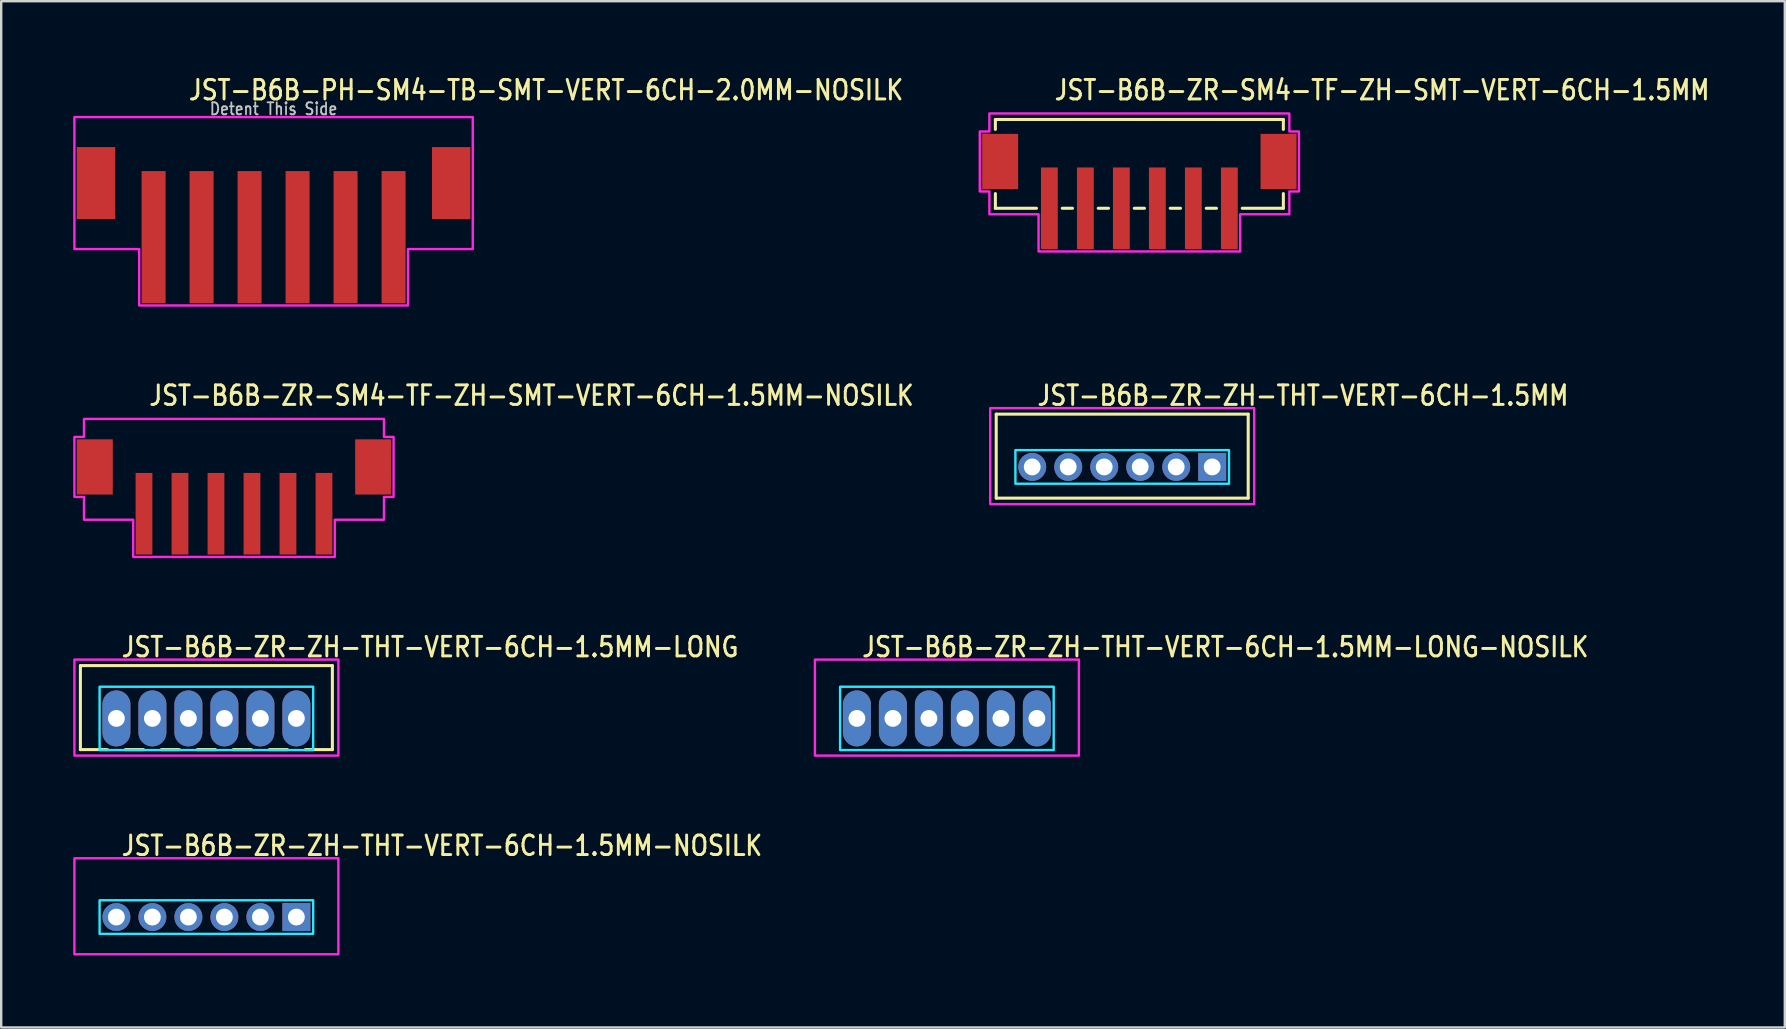
<source format=kicad_pcb>
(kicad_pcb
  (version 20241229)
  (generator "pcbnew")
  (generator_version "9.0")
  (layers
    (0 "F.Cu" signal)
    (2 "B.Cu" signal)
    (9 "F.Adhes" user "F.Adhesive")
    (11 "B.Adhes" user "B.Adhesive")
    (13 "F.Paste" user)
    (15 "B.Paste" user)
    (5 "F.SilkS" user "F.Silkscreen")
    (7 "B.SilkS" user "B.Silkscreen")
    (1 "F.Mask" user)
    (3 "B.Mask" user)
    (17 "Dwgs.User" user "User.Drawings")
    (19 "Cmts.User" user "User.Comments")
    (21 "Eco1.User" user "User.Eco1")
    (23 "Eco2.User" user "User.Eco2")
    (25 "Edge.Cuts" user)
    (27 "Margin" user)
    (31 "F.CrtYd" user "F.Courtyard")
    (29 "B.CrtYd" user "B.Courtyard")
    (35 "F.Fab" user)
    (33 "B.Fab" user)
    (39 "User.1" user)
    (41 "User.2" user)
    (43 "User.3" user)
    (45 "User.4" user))
  (footprint "JST-B6B-ZR-ZH-THT-VERT-6CH-1.5MM-LONG"
    (layer "F.Cu")
    (at 5.55 26.886)
    (property "Reference" "JST-B6B-ZR-ZH-THT-VERT-6CH-1.5MM-LONG" (at -3.6 -2.5 0) (unlocked yes) (layer "F.SilkS") (effects (font (size 0.813 0.695) (thickness 0.122)) (justify left bottom)))
    (fp_line (start -5.25 -2.2) (end 5.25 -2.2) (stroke (width 0.127) (type solid)) (layer "F.SilkS"))
    (fp_line (start -5.25 1.3) (end -5.25 -2.2) (stroke (width 0.127) (type solid)) (layer "F.SilkS"))
    (fp_line (start -5.25 1.3) (end -4.125 1.3) (stroke (width 0.127) (type solid)) (layer "F.SilkS"))
    (fp_line (start -3.375 1.3) (end -2.625 1.3) (stroke (width 0.127) (type solid)) (layer "F.SilkS"))
    (fp_line (start -1.875 1.3) (end -1.125 1.3) (stroke (width 0.127) (type solid)) (layer "F.SilkS"))
    (fp_line (start -0.375 1.3) (end 0.375 1.3) (stroke (width 0.127) (type solid)) (layer "F.SilkS"))
    (fp_line (start 1.125 1.3) (end 1.875 1.3) (stroke (width 0.127) (type solid)) (layer "F.SilkS"))
    (fp_line (start 2.625 1.3) (end 3.375 1.3) (stroke (width 0.127) (type solid)) (layer "F.SilkS"))
    (fp_line (start 4.125 1.3) (end 5.25 1.3) (stroke (width 0.127) (type solid)) (layer "F.SilkS"))
    (fp_line (start 5.25 -2.2) (end 5.25 1.3) (stroke (width 0.127) (type solid)) (layer "F.SilkS"))
    (fp_poly (pts (xy -4.45 -1.32) (xy -4.45 1.32) (xy 4.45 1.32) (xy 4.45 -1.32)) (stroke (width 0.1) (type solid)) (fill no) (layer "B.CrtYd"))
    (fp_poly (pts (xy -5.5 -2.45) (xy -5.5 1.55) (xy 5.5 1.55) (xy 5.5 -2.45)) (stroke (width 0.1) (type solid)) (fill no) (layer "F.CrtYd"))
    (pad "1" thru_hole oval (at 3.75 0 90) (size 2.333 1.167) (drill 0.7) (layers "*.Cu" "*.Mask"))
    (pad "2" thru_hole oval (at 2.25 0 90) (size 2.333 1.167) (drill 0.7) (layers "*.Cu" "*.Mask"))
    (pad "3" thru_hole oval (at 0.75 0 90) (size 2.333 1.167) (drill 0.7) (layers "*.Cu" "*.Mask"))
    (pad "4" thru_hole oval (at -0.75 0 90) (size 2.333 1.167) (drill 0.7) (layers "*.Cu" "*.Mask"))
    (pad "5" thru_hole oval (at -2.25 0 90) (size 2.333 1.167) (drill 0.7) (layers "*.Cu" "*.Mask"))
    (pad "6" thru_hole oval (at -3.75 0 90) (size 2.333 1.167) (drill 0.7) (layers "*.Cu" "*.Mask")))
  (footprint "JST-B6B-ZR-ZH-THT-VERT-6CH-1.5MM-LONG-NOSILK"
    (layer "F.Cu")
    (at 36.407 26.886)
    (property "Reference" "JST-B6B-ZR-ZH-THT-VERT-6CH-1.5MM-LONG-NOSILK" (at -3.6 -2.5 0) (unlocked yes) (layer "F.SilkS") (effects (font (size 0.813 0.695) (thickness 0.122)) (justify left bottom)))
    (fp_poly (pts (xy -4.45 -1.32) (xy -4.45 1.32) (xy 4.45 1.32) (xy 4.45 -1.32)) (stroke (width 0.1) (type solid)) (fill no) (layer "B.CrtYd"))
    (fp_poly (pts (xy -5.5 -2.45) (xy -5.5 1.55) (xy 5.5 1.55) (xy 5.5 -2.45)) (stroke (width 0.1) (type solid)) (fill no) (layer "F.CrtYd"))
    (pad "1" thru_hole oval (at 3.75 0 90) (size 2.333 1.167) (drill 0.7) (layers "*.Cu" "*.Mask"))
    (pad "2" thru_hole oval (at 2.25 0 90) (size 2.333 1.167) (drill 0.7) (layers "*.Cu" "*.Mask"))
    (pad "3" thru_hole oval (at 0.75 0 90) (size 2.333 1.167) (drill 0.7) (layers "*.Cu" "*.Mask"))
    (pad "4" thru_hole oval (at -0.75 0 90) (size 2.333 1.167) (drill 0.7) (layers "*.Cu" "*.Mask"))
    (pad "5" thru_hole oval (at -2.25 0 90) (size 2.333 1.167) (drill 0.7) (layers "*.Cu" "*.Mask"))
    (pad "6" thru_hole oval (at -3.75 0 90) (size 2.333 1.167) (drill 0.7) (layers "*.Cu" "*.Mask")))
  (footprint "JST-B6B-ZR-ZH-THT-VERT-6CH-1.5MM-NOSILK"
    (layer "F.Cu")
    (at 5.55 35.164)
    (property "Reference" "JST-B6B-ZR-ZH-THT-VERT-6CH-1.5MM-NOSILK" (at -3.6 -2.5 0) (unlocked yes) (layer "F.SilkS") (effects (font (size 0.813 0.695) (thickness 0.122)) (justify left bottom)))
    (fp_poly (pts (xy -4.45 -0.7) (xy -4.45 0.7) (xy 4.45 0.7) (xy 4.45 -0.7)) (stroke (width 0.1) (type solid)) (fill no) (layer "B.CrtYd"))
    (fp_poly (pts (xy -5.5 -2.45) (xy -5.5 1.55) (xy 5.5 1.55) (xy 5.5 -2.45)) (stroke (width 0.1) (type solid)) (fill no) (layer "F.CrtYd"))
    (pad "1" thru_hole rect (at 3.75 0) (size 1.167 1.167) (drill 0.7) (layers "*.Cu" "*.Mask"))
    (pad "2" thru_hole oval (at 2.25 0) (size 1.167 1.167) (drill 0.7) (layers "*.Cu" "*.Mask"))
    (pad "3" thru_hole oval (at 0.75 0) (size 1.167 1.167) (drill 0.7) (layers "*.Cu" "*.Mask"))
    (pad "4" thru_hole oval (at -0.75 0) (size 1.167 1.167) (drill 0.7) (layers "*.Cu" "*.Mask"))
    (pad "5" thru_hole oval (at -2.25 0) (size 1.167 1.167) (drill 0.7) (layers "*.Cu" "*.Mask"))
    (pad "6" thru_hole oval (at -3.75 0) (size 1.167 1.167) (drill 0.7) (layers "*.Cu" "*.Mask")))
  (footprint "JST-B6B-PH-SM4-TB-SMT-VERT-6CH-2.0MM-NOSILK"
    (layer "F.Cu")
    (at 8.35 4.579)
    (property "Reference" "JST-B6B-PH-SM4-TB-SMT-VERT-6CH-2.0MM-NOSILK" (at -3.6 -3.4 0) (unlocked yes) (layer "F.SilkS") (effects (font (size 0.813 0.695) (thickness 0.122)) (justify left bottom)))
    (fp_poly (pts (xy -8.3 -2.75) (xy -8.3 2.75) (xy -5.6 2.75) (xy -5.6 5.1) (xy 5.6 5.1) (xy 5.6 2.75) (xy 8.3 2.75) (xy 8.3 -2.75)) (stroke (width 0.1) (type solid)) (fill no) (layer "F.CrtYd"))
    (fp_text user "Detent This Side" (at 0 -2.8 0) (unlocked yes) (layer "Dwgs.User") (effects (font (size 0.5 0.427) (thickness 0.075)) (justify bottom)))
    (pad "1" smd rect (at -5 2.25) (size 1 5.5) (layers "F.Cu" "F.Mask" "F.Paste"))
    (pad "2" smd rect (at -3 2.25) (size 1 5.5) (layers "F.Cu" "F.Mask" "F.Paste"))
    (pad "3" smd rect (at -1 2.25) (size 1 5.5) (layers "F.Cu" "F.Mask" "F.Paste"))
    (pad "4" smd rect (at 1 2.25) (size 1 5.5) (layers "F.Cu" "F.Mask" "F.Paste"))
    (pad "5" smd rect (at 3 2.25) (size 1 5.5) (layers "F.Cu" "F.Mask" "F.Paste"))
    (pad "6" smd rect (at 5 2.25) (size 1 5.5) (layers "F.Cu" "F.Mask" "F.Paste"))
    (pad "S_1" smd rect (at -7.4 0) (size 1.6 3) (layers "F.Cu" "F.Mask" "F.Paste"))
    (pad "S_2" smd rect (at 7.4 0) (size 1.6 3) (layers "F.Cu" "F.Mask" "F.Paste")))
  (footprint "JST-B6B-ZR-SM4-TF-ZH-SMT-VERT-6CH-1.5MM"
    (layer "F.Cu")
    (at 44.427 3.679)
    (property "Reference" "JST-B6B-ZR-SM4-TF-ZH-SMT-VERT-6CH-1.5MM" (at -3.6 -2.5 0) (unlocked yes) (layer "F.SilkS") (effects (font (size 0.813 0.695) (thickness 0.122)) (justify left bottom)))
    (fp_line (start -6 -1.75) (end -6 -1.337) (stroke (width 0.127) (type solid)) (layer "F.SilkS"))
    (fp_line (start -6 -1.75) (end 6 -1.75) (stroke (width 0.127) (type solid)) (layer "F.SilkS"))
    (fp_line (start -6 1.95) (end -6 1.337) (stroke (width 0.127) (type solid)) (layer "F.SilkS"))
    (fp_line (start -6 1.95) (end -4.287 1.95) (stroke (width 0.127) (type solid)) (layer "F.SilkS"))
    (fp_line (start -3.213 1.95) (end -2.787 1.95) (stroke (width 0.127) (type solid)) (layer "F.SilkS"))
    (fp_line (start -1.714 1.95) (end -1.286 1.95) (stroke (width 0.127) (type solid)) (layer "F.SilkS"))
    (fp_line (start -0.213 1.95) (end 0.213 1.95) (stroke (width 0.127) (type solid)) (layer "F.SilkS"))
    (fp_line (start 1.286 1.95) (end 1.714 1.95) (stroke (width 0.127) (type solid)) (layer "F.SilkS"))
    (fp_line (start 2.787 1.95) (end 3.213 1.95) (stroke (width 0.127) (type solid)) (layer "F.SilkS"))
    (fp_line (start 4.287 1.95) (end 6 1.95) (stroke (width 0.127) (type solid)) (layer "F.SilkS"))
    (fp_line (start 6 -1.337) (end 6 -1.75) (stroke (width 0.127) (type solid)) (layer "F.SilkS"))
    (fp_line (start 6 1.337) (end 6 1.95) (stroke (width 0.127) (type solid)) (layer "F.SilkS"))
    (fp_poly (pts (xy -6.25 -2) (xy -6.25 -1.25) (xy -6.65 -1.25) (xy -6.65 1.25) (xy -6.25 1.25) (xy -6.25 2.2) (xy -4.2 2.2) (xy -4.2 3.75) (xy 4.2 3.75) (xy 4.2 2.2) (xy 6.25 2.2) (xy 6.25 1.25) (xy 6.65 1.25) (xy 6.65 -1.25) (xy 6.25 -1.25) (xy 6.25 -2)) (stroke (width 0.1) (type solid)) (fill no) (layer "F.CrtYd"))
    (pad "1" smd rect (at -3.75 1.95) (size 0.7 3.4) (layers "F.Cu" "F.Mask" "F.Paste"))
    (pad "2" smd rect (at -2.25 1.95) (size 0.7 3.4) (layers "F.Cu" "F.Mask" "F.Paste"))
    (pad "3" smd rect (at -0.75 1.95) (size 0.7 3.4) (layers "F.Cu" "F.Mask" "F.Paste"))
    (pad "4" smd rect (at 0.75 1.95) (size 0.7 3.4) (layers "F.Cu" "F.Mask" "F.Paste"))
    (pad "5" smd rect (at 2.25 1.95) (size 0.7 3.4) (layers "F.Cu" "F.Mask" "F.Paste"))
    (pad "6" smd rect (at 3.75 1.95) (size 0.7 3.4) (layers "F.Cu" "F.Mask" "F.Paste"))
    (pad "S_7" smd rect (at 5.8 0) (size 1.5 2.3) (layers "F.Cu" "F.Mask" "F.Paste"))
    (pad "S_8" smd rect (at -5.8 0) (size 1.5 2.3) (layers "F.Cu" "F.Mask" "F.Paste")))
  (footprint "JST-B6B-ZR-SM4-TF-ZH-SMT-VERT-6CH-1.5MM-NOSILK"
    (layer "F.Cu")
    (at 6.7 16.407)
    (property "Reference" "JST-B6B-ZR-SM4-TF-ZH-SMT-VERT-6CH-1.5MM-NOSILK" (at -3.6 -2.5 0) (unlocked yes) (layer "F.SilkS") (effects (font (size 0.813 0.695) (thickness 0.122)) (justify left bottom)))
    (fp_poly (pts (xy -6.25 -2) (xy -6.25 -1.25) (xy -6.65 -1.25) (xy -6.65 1.25) (xy -6.25 1.25) (xy -6.25 2.2) (xy -4.2 2.2) (xy -4.2 3.75) (xy 4.2 3.75) (xy 4.2 2.2) (xy 6.25 2.2) (xy 6.25 1.25) (xy 6.65 1.25) (xy 6.65 -1.25) (xy 6.25 -1.25) (xy 6.25 -2)) (stroke (width 0.1) (type solid)) (fill no) (layer "F.CrtYd"))
    (pad "1" smd rect (at -3.75 1.95) (size 0.7 3.4) (layers "F.Cu" "F.Mask" "F.Paste"))
    (pad "2" smd rect (at -2.25 1.95) (size 0.7 3.4) (layers "F.Cu" "F.Mask" "F.Paste"))
    (pad "3" smd rect (at -0.75 1.95) (size 0.7 3.4) (layers "F.Cu" "F.Mask" "F.Paste"))
    (pad "4" smd rect (at 0.75 1.95) (size 0.7 3.4) (layers "F.Cu" "F.Mask" "F.Paste"))
    (pad "5" smd rect (at 2.25 1.95) (size 0.7 3.4) (layers "F.Cu" "F.Mask" "F.Paste"))
    (pad "6" smd rect (at 3.75 1.95) (size 0.7 3.4) (layers "F.Cu" "F.Mask" "F.Paste"))
    (pad "7" smd rect (at 5.8 0) (size 1.5 2.3) (layers "F.Cu" "F.Mask" "F.Paste"))
    (pad "8" smd rect (at -5.8 0) (size 1.5 2.3) (layers "F.Cu" "F.Mask" "F.Paste")))
  (footprint "JST-B6B-ZR-ZH-THT-VERT-6CH-1.5MM"
    (layer "F.Cu")
    (at 43.712 16.407)
    (property "Reference" "JST-B6B-ZR-ZH-THT-VERT-6CH-1.5MM" (at -3.6 -2.5 0) (unlocked yes) (layer "F.SilkS") (effects (font (size 0.813 0.695) (thickness 0.122)) (justify left bottom)))
    (fp_line (start -5.25 -2.2) (end 5.25 -2.2) (stroke (width 0.127) (type solid)) (layer "F.SilkS"))
    (fp_line (start -5.25 1.3) (end -5.25 -2.2) (stroke (width 0.127) (type solid)) (layer "F.SilkS"))
    (fp_line (start -5.25 1.3) (end 5.25 1.3) (stroke (width 0.127) (type solid)) (layer "F.SilkS"))
    (fp_line (start 5.25 -2.2) (end 5.25 1.3) (stroke (width 0.127) (type solid)) (layer "F.SilkS"))
    (fp_poly (pts (xy -4.45 -0.7) (xy -4.45 0.7) (xy 4.45 0.7) (xy 4.45 -0.7)) (stroke (width 0.1) (type solid)) (fill no) (layer "B.CrtYd"))
    (fp_poly (pts (xy -5.5 -2.45) (xy -5.5 1.55) (xy 5.5 1.55) (xy 5.5 -2.45)) (stroke (width 0.1) (type solid)) (fill no) (layer "F.CrtYd"))
    (pad "1" thru_hole rect (at 3.75 0) (size 1.167 1.167) (drill 0.7) (layers "*.Cu" "*.Mask"))
    (pad "2" thru_hole oval (at 2.25 0) (size 1.167 1.167) (drill 0.7) (layers "*.Cu" "*.Mask"))
    (pad "3" thru_hole oval (at 0.75 0) (size 1.167 1.167) (drill 0.7) (layers "*.Cu" "*.Mask"))
    (pad "4" thru_hole oval (at -0.75 0) (size 1.167 1.167) (drill 0.7) (layers "*.Cu" "*.Mask"))
    (pad "5" thru_hole oval (at -2.25 0) (size 1.167 1.167) (drill 0.7) (layers "*.Cu" "*.Mask"))
    (pad "6" thru_hole oval (at -3.75 0) (size 1.167 1.167) (drill 0.7) (layers "*.Cu" "*.Mask")))
  (gr_rect
    (start -3 -3)
    (end 71.322 39.764)
    (stroke (width 0.1) (type default))
    (fill no)
    (layer "Edge.Cuts")))
</source>
